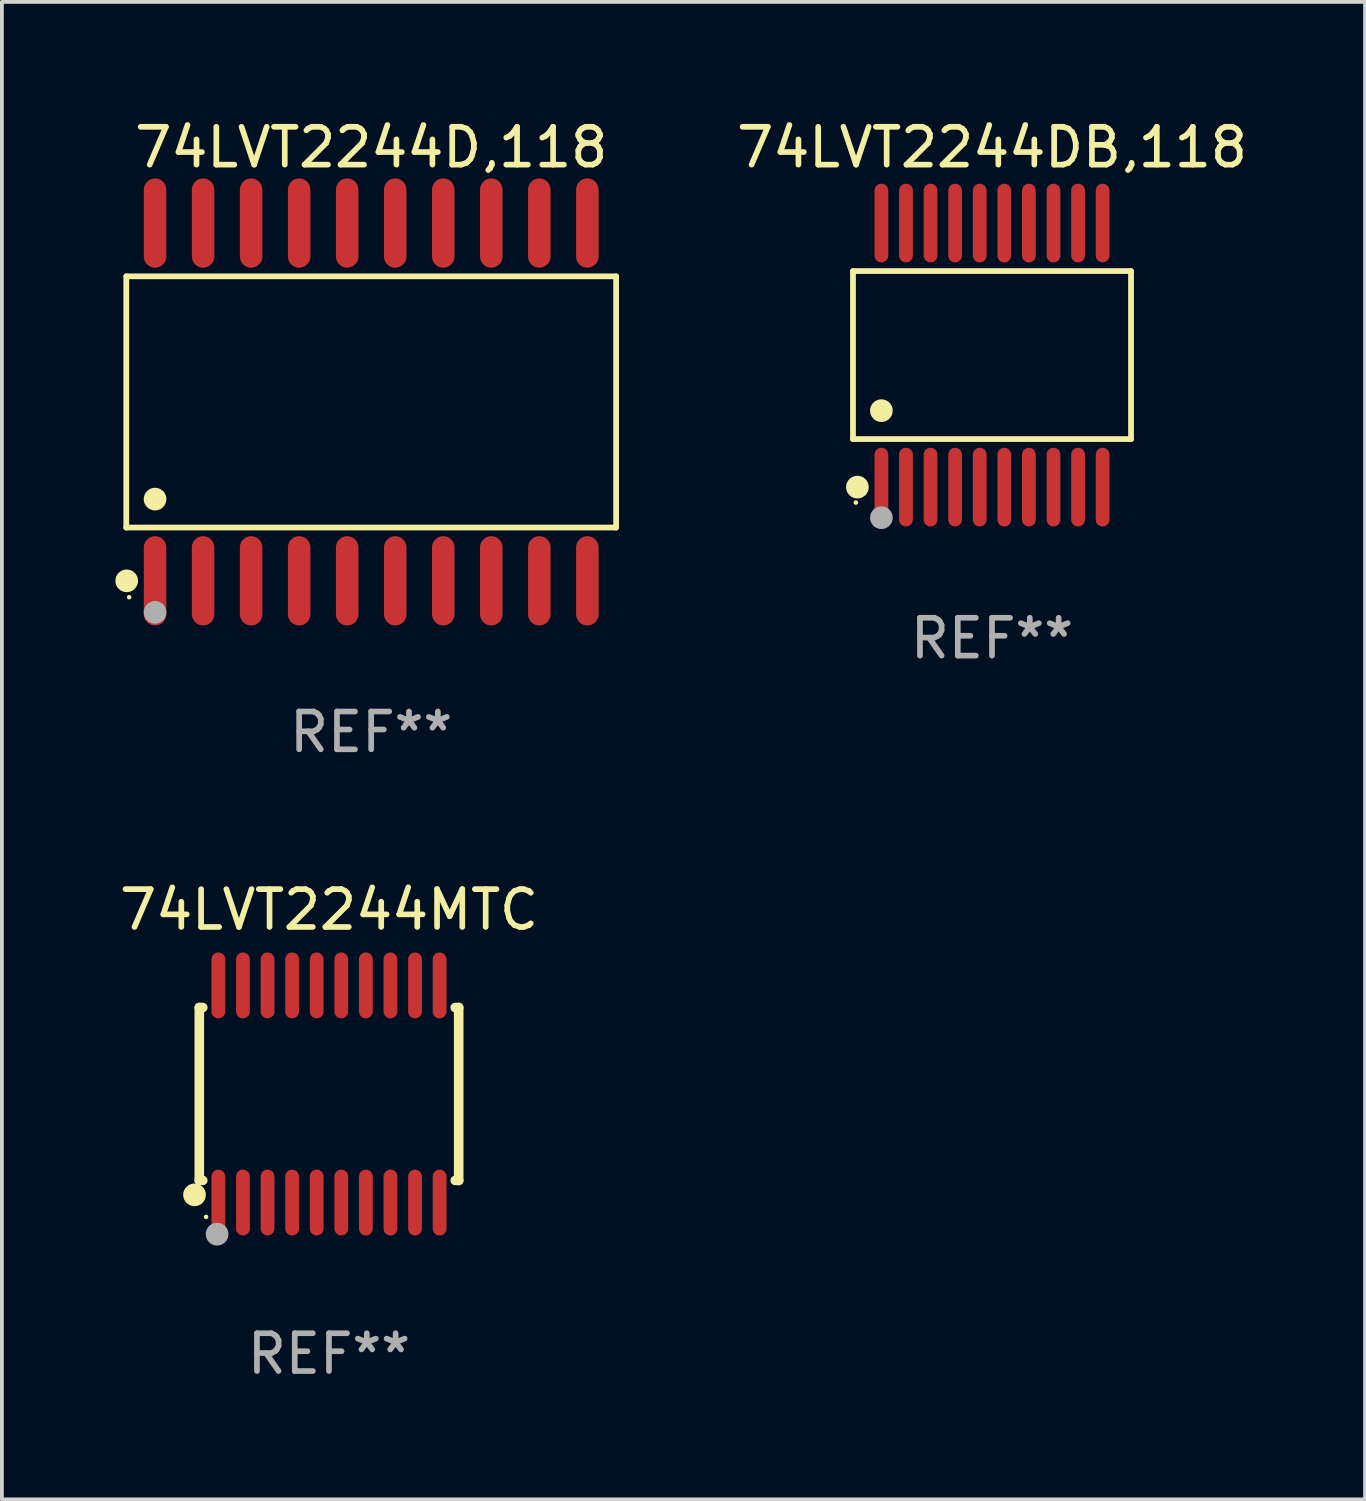
<source format=kicad_pcb>
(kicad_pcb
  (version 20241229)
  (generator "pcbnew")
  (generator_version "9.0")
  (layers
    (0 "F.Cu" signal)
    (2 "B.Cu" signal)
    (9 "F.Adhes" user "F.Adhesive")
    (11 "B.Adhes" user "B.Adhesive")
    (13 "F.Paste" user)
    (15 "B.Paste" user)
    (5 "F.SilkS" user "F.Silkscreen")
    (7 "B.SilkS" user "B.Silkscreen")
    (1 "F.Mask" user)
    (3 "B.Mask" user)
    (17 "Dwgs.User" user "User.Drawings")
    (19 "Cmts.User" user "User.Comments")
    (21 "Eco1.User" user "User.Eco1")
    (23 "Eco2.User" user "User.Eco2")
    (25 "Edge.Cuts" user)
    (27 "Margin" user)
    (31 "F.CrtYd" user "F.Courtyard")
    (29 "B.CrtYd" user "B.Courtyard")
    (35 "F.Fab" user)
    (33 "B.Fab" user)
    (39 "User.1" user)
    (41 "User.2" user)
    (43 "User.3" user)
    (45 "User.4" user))
  (footprint "74LVT2244D,118"
    (layer "F.Cu")
    (at 6.765 7.578)
    (property "Reference" "74LVT2244D,118" (at 0 -6.73 0) (layer "F.SilkS") (effects (font (size 1 1) (thickness 0.15))))
    (attr through_hole)
    (fp_line (start -6.476 -3.321) (end 6.476 -3.321) (stroke (width 0.152) (type solid)) (layer "F.SilkS"))
    (fp_line (start -6.476 3.321) (end -6.476 -3.321) (stroke (width 0.152) (type solid)) (layer "F.SilkS"))
    (fp_line (start 6.476 -3.321) (end 6.476 3.321) (stroke (width 0.152) (type solid)) (layer "F.SilkS"))
    (fp_line (start 6.476 3.321) (end -6.476 3.321) (stroke (width 0.152) (type solid)) (layer "F.SilkS"))
    (fp_circle (center -6.465 4.73) (end -6.315 4.73) (stroke (width 0.3) (type solid)) (fill no) (layer "F.SilkS"))
    (fp_circle (center -6.4 5.163) (end -6.37 5.163) (stroke (width 0.06) (type solid)) (fill no) (layer "F.SilkS"))
    (fp_circle (center -5.715 2.569) (end -5.565 2.569) (stroke (width 0.3) (type solid)) (fill no) (layer "F.SilkS"))
    (fp_circle (center -5.715 5.563) (end -5.565 5.563) (stroke (width 0.3) (type solid)) (fill no) (layer "F.Fab"))
    (fp_text user "REF**" (at 0 8.73 0) (layer "F.Fab") (effects (font (size 1 1) (thickness 0.15))))
    (pad "1" smd oval (at -5.715 4.73) (size 0.595 2.36) (layers "F.Cu" "F.Mask" "F.Paste"))
    (pad "2" smd oval (at -4.445 4.73) (size 0.595 2.36) (layers "F.Cu" "F.Mask" "F.Paste"))
    (pad "3" smd oval (at -3.175 4.73) (size 0.595 2.36) (layers "F.Cu" "F.Mask" "F.Paste"))
    (pad "4" smd oval (at -1.905 4.73) (size 0.595 2.36) (layers "F.Cu" "F.Mask" "F.Paste"))
    (pad "5" smd oval (at -0.635 4.73) (size 0.595 2.36) (layers "F.Cu" "F.Mask" "F.Paste"))
    (pad "6" smd oval (at 0.635 4.73) (size 0.595 2.36) (layers "F.Cu" "F.Mask" "F.Paste"))
    (pad "7" smd oval (at 1.905 4.73) (size 0.595 2.36) (layers "F.Cu" "F.Mask" "F.Paste"))
    (pad "8" smd oval (at 3.175 4.73) (size 0.595 2.36) (layers "F.Cu" "F.Mask" "F.Paste"))
    (pad "9" smd oval (at 4.445 4.73) (size 0.595 2.36) (layers "F.Cu" "F.Mask" "F.Paste"))
    (pad "10" smd oval (at 5.715 4.73) (size 0.595 2.36) (layers "F.Cu" "F.Mask" "F.Paste"))
    (pad "11" smd oval (at 5.715 -4.73) (size 0.595 2.36) (layers "F.Cu" "F.Mask" "F.Paste"))
    (pad "12" smd oval (at 4.445 -4.73) (size 0.595 2.36) (layers "F.Cu" "F.Mask" "F.Paste"))
    (pad "13" smd oval (at 3.175 -4.73) (size 0.595 2.36) (layers "F.Cu" "F.Mask" "F.Paste"))
    (pad "14" smd oval (at 1.905 -4.73) (size 0.595 2.36) (layers "F.Cu" "F.Mask" "F.Paste"))
    (pad "15" smd oval (at 0.635 -4.73) (size 0.595 2.36) (layers "F.Cu" "F.Mask" "F.Paste"))
    (pad "16" smd oval (at -0.635 -4.73) (size 0.595 2.36) (layers "F.Cu" "F.Mask" "F.Paste"))
    (pad "17" smd oval (at -1.905 -4.73) (size 0.595 2.36) (layers "F.Cu" "F.Mask" "F.Paste"))
    (pad "18" smd oval (at -3.175 -4.73) (size 0.595 2.36) (layers "F.Cu" "F.Mask" "F.Paste"))
    (pad "19" smd oval (at -4.445 -4.73) (size 0.595 2.36) (layers "F.Cu" "F.Mask" "F.Paste"))
    (pad "20" smd oval (at -5.715 -4.73) (size 0.595 2.36) (layers "F.Cu" "F.Mask" "F.Paste")))
  (footprint "74LVT2244DB,118"
    (layer "F.Cu")
    (at 23.18 6.339)
    (property "Reference" "74LVT2244DB,118" (at 0 -5.491 0) (layer "F.SilkS") (effects (font (size 1 1) (thickness 0.15))))
    (attr through_hole)
    (fp_line (start -3.676 -2.221) (end 3.676 -2.221) (stroke (width 0.152) (type solid)) (layer "F.SilkS"))
    (fp_line (start -3.676 2.221) (end -3.676 -2.221) (stroke (width 0.152) (type solid)) (layer "F.SilkS"))
    (fp_line (start 3.676 -2.221) (end 3.676 2.221) (stroke (width 0.152) (type solid)) (layer "F.SilkS"))
    (fp_line (start 3.676 2.221) (end -3.676 2.221) (stroke (width 0.152) (type solid)) (layer "F.SilkS"))
    (fp_circle (center -3.6 3.9) (end -3.57 3.9) (stroke (width 0.06) (type solid)) (fill no) (layer "F.SilkS"))
    (fp_circle (center -3.559 3.491) (end -3.409 3.491) (stroke (width 0.3) (type solid)) (fill no) (layer "F.SilkS"))
    (fp_circle (center -2.925 1.469) (end -2.775 1.469) (stroke (width 0.3) (type solid)) (fill no) (layer "F.SilkS"))
    (fp_circle (center -2.925 4.3) (end -2.775 4.3) (stroke (width 0.3) (type solid)) (fill no) (layer "F.Fab"))
    (fp_text user "REF**" (at 0 7.491 0) (layer "F.Fab") (effects (font (size 1 1) (thickness 0.15))))
    (pad "1" smd oval (at -2.925 3.491) (size 0.364 2.082) (layers "F.Cu" "F.Mask" "F.Paste"))
    (pad "2" smd oval (at -2.275 3.491) (size 0.364 2.082) (layers "F.Cu" "F.Mask" "F.Paste"))
    (pad "3" smd oval (at -1.625 3.491) (size 0.364 2.082) (layers "F.Cu" "F.Mask" "F.Paste"))
    (pad "4" smd oval (at -0.975 3.491) (size 0.364 2.082) (layers "F.Cu" "F.Mask" "F.Paste"))
    (pad "5" smd oval (at -0.325 3.491) (size 0.364 2.082) (layers "F.Cu" "F.Mask" "F.Paste"))
    (pad "6" smd oval (at 0.325 3.491) (size 0.364 2.082) (layers "F.Cu" "F.Mask" "F.Paste"))
    (pad "7" smd oval (at 0.975 3.491) (size 0.364 2.082) (layers "F.Cu" "F.Mask" "F.Paste"))
    (pad "8" smd oval (at 1.625 3.491) (size 0.364 2.082) (layers "F.Cu" "F.Mask" "F.Paste"))
    (pad "9" smd oval (at 2.275 3.491) (size 0.364 2.082) (layers "F.Cu" "F.Mask" "F.Paste"))
    (pad "10" smd oval (at 2.925 3.491) (size 0.364 2.082) (layers "F.Cu" "F.Mask" "F.Paste"))
    (pad "11" smd oval (at 2.925 -3.491) (size 0.364 2.082) (layers "F.Cu" "F.Mask" "F.Paste"))
    (pad "12" smd oval (at 2.275 -3.491) (size 0.364 2.082) (layers "F.Cu" "F.Mask" "F.Paste"))
    (pad "13" smd oval (at 1.625 -3.491) (size 0.364 2.082) (layers "F.Cu" "F.Mask" "F.Paste"))
    (pad "14" smd oval (at 0.975 -3.491) (size 0.364 2.082) (layers "F.Cu" "F.Mask" "F.Paste"))
    (pad "15" smd oval (at 0.325 -3.491) (size 0.364 2.082) (layers "F.Cu" "F.Mask" "F.Paste"))
    (pad "16" smd oval (at -0.325 -3.491) (size 0.364 2.082) (layers "F.Cu" "F.Mask" "F.Paste"))
    (pad "17" smd oval (at -0.975 -3.491) (size 0.364 2.082) (layers "F.Cu" "F.Mask" "F.Paste"))
    (pad "18" smd oval (at -1.625 -3.491) (size 0.364 2.082) (layers "F.Cu" "F.Mask" "F.Paste"))
    (pad "19" smd oval (at -2.275 -3.491) (size 0.364 2.082) (layers "F.Cu" "F.Mask" "F.Paste"))
    (pad "20" smd oval (at -2.925 -3.491) (size 0.364 2.082) (layers "F.Cu" "F.Mask" "F.Paste")))
  (footprint "74LVT2244MTC"
    (layer "F.Cu")
    (at 5.649 25.876)
    (property "Reference" "74LVT2244MTC" (at 0 -4.871 0) (layer "F.SilkS") (effects (font (size 1 1) (thickness 0.15))))
    (attr through_hole)
    (fp_line (start -3.429 -2.286) (end -3.429 2.286) (stroke (width 0.254) (type solid)) (layer "F.SilkS"))
    (fp_line (start -3.429 2.286) (end -3.338 2.286) (stroke (width 0.254) (type solid)) (layer "F.SilkS"))
    (fp_line (start -3.338 -2.286) (end -3.429 -2.286) (stroke (width 0.254) (type solid)) (layer "F.SilkS"))
    (fp_line (start 3.338 -2.286) (end 3.429 -2.286) (stroke (width 0.254) (type solid)) (layer "F.SilkS"))
    (fp_line (start 3.429 -2.286) (end 3.429 2.286) (stroke (width 0.254) (type solid)) (layer "F.SilkS"))
    (fp_line (start 3.429 2.286) (end 3.338 2.286) (stroke (width 0.254) (type solid)) (layer "F.SilkS"))
    (fp_circle (center -3.556 2.667) (end -3.406 2.667) (stroke (width 0.3) (type solid)) (fill no) (layer "F.SilkS"))
    (fp_circle (center -3.25 3.25) (end -3.22 3.25) (stroke (width 0.06) (type solid)) (fill no) (layer "F.SilkS"))
    (fp_circle (center -2.959 3.707) (end -2.808 3.707) (stroke (width 0.3) (type solid)) (fill no) (layer "F.Fab"))
    (fp_text user "REF**" (at 0 6.871 0) (layer "F.Fab") (effects (font (size 1 1) (thickness 0.15))))
    (pad "1" smd oval (at -2.925 2.871) (size 0.364 1.742) (layers "F.Cu" "F.Mask" "F.Paste"))
    (pad "2" smd oval (at -2.275 2.871) (size 0.364 1.742) (layers "F.Cu" "F.Mask" "F.Paste"))
    (pad "3" smd oval (at -1.625 2.871) (size 0.364 1.742) (layers "F.Cu" "F.Mask" "F.Paste"))
    (pad "4" smd oval (at -0.975 2.871) (size 0.364 1.742) (layers "F.Cu" "F.Mask" "F.Paste"))
    (pad "5" smd oval (at -0.325 2.871) (size 0.364 1.742) (layers "F.Cu" "F.Mask" "F.Paste"))
    (pad "6" smd oval (at 0.325 2.871) (size 0.364 1.742) (layers "F.Cu" "F.Mask" "F.Paste"))
    (pad "7" smd oval (at 0.975 2.871) (size 0.364 1.742) (layers "F.Cu" "F.Mask" "F.Paste"))
    (pad "8" smd oval (at 1.625 2.871) (size 0.364 1.742) (layers "F.Cu" "F.Mask" "F.Paste"))
    (pad "9" smd oval (at 2.275 2.871) (size 0.364 1.742) (layers "F.Cu" "F.Mask" "F.Paste"))
    (pad "10" smd oval (at 2.925 2.871) (size 0.364 1.742) (layers "F.Cu" "F.Mask" "F.Paste"))
    (pad "11" smd oval (at 2.925 -2.871) (size 0.364 1.742) (layers "F.Cu" "F.Mask" "F.Paste"))
    (pad "12" smd oval (at 2.275 -2.871) (size 0.364 1.742) (layers "F.Cu" "F.Mask" "F.Paste"))
    (pad "13" smd oval (at 1.625 -2.871) (size 0.364 1.742) (layers "F.Cu" "F.Mask" "F.Paste"))
    (pad "14" smd oval (at 0.975 -2.871) (size 0.364 1.742) (layers "F.Cu" "F.Mask" "F.Paste"))
    (pad "15" smd oval (at 0.325 -2.871) (size 0.364 1.742) (layers "F.Cu" "F.Mask" "F.Paste"))
    (pad "16" smd oval (at -0.325 -2.871) (size 0.364 1.742) (layers "F.Cu" "F.Mask" "F.Paste"))
    (pad "17" smd oval (at -0.975 -2.871) (size 0.364 1.742) (layers "F.Cu" "F.Mask" "F.Paste"))
    (pad "18" smd oval (at -1.625 -2.871) (size 0.364 1.742) (layers "F.Cu" "F.Mask" "F.Paste"))
    (pad "19" smd oval (at -2.275 -2.871) (size 0.364 1.742) (layers "F.Cu" "F.Mask" "F.Paste"))
    (pad "20" smd oval (at -2.925 -2.871) (size 0.364 1.742) (layers "F.Cu" "F.Mask" "F.Paste")))
  (gr_rect
    (start -3 -3)
    (end 33.044 36.595)
    (stroke (width 0.1) (type default))
    (fill no)
    (layer "Edge.Cuts")))
</source>
